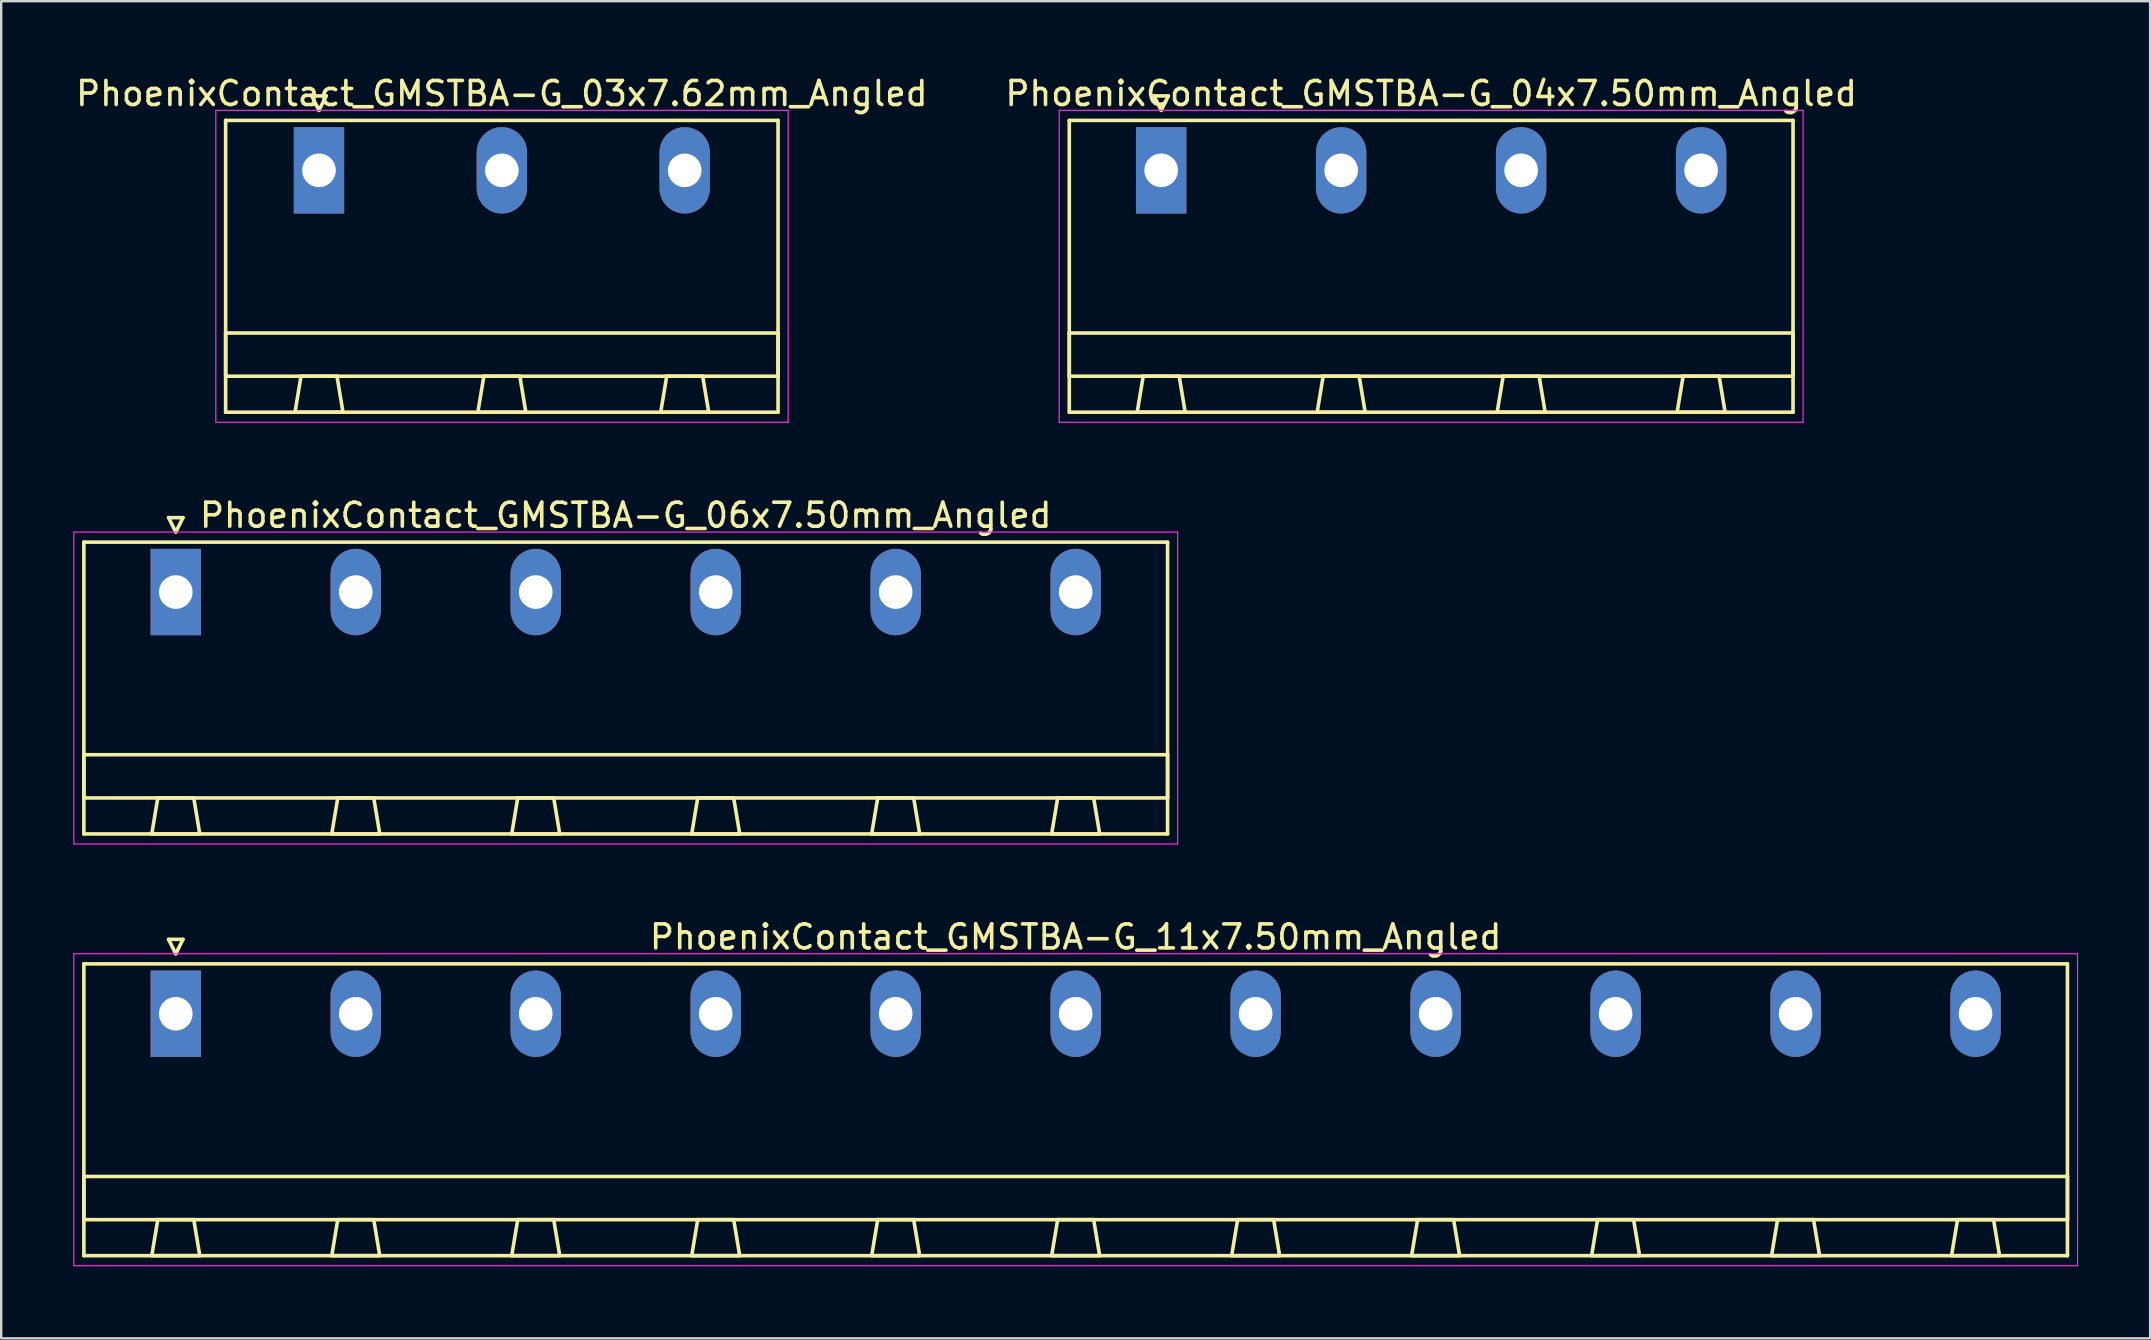
<source format=kicad_pcb>
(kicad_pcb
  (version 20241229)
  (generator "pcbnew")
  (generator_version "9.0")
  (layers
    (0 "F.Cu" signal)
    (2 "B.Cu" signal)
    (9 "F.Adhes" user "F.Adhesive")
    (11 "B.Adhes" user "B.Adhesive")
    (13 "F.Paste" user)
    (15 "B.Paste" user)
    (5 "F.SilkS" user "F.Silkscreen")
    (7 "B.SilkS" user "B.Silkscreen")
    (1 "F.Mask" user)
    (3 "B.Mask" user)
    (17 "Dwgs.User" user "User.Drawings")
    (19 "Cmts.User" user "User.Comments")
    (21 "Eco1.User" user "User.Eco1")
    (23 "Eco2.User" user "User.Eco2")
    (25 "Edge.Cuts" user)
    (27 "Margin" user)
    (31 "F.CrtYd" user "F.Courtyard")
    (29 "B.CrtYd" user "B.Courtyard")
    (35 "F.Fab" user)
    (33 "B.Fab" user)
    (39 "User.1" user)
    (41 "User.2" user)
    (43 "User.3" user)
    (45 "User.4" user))
  (footprint "PhoenixContact_GMSTBA-G_06x7.50mm_Angled"
    (layer "F.Cu")
    (at 4.275 21.622)
    (property "Reference" "PhoenixContact_GMSTBA-G_06x7.50mm_Angled" (at 18.75 -3.2 0) (layer "F.SilkS") (effects (font (size 1 1) (thickness 0.15))))
    (attr through_hole)
    (fp_line (start -3.83 -2.08) (end -3.83 10.08) (stroke (width 0.15) (type solid)) (layer "F.SilkS"))
    (fp_line (start -3.83 6.78) (end 41.33 6.78) (stroke (width 0.15) (type solid)) (layer "F.SilkS"))
    (fp_line (start -3.83 8.58) (end -3.83 6.78) (stroke (width 0.15) (type solid)) (layer "F.SilkS"))
    (fp_line (start -3.83 10.08) (end 41.33 10.08) (stroke (width 0.15) (type solid)) (layer "F.SilkS"))
    (fp_line (start -1 10.08) (end 1 10.08) (stroke (width 0.15) (type solid)) (layer "F.SilkS"))
    (fp_line (start -0.75 8.58) (end -1 10.08) (stroke (width 0.15) (type solid)) (layer "F.SilkS"))
    (fp_line (start -0.3 -3.1) (end 0 -2.5) (stroke (width 0.15) (type solid)) (layer "F.SilkS"))
    (fp_line (start 0 -2.5) (end 0.3 -3.1) (stroke (width 0.15) (type solid)) (layer "F.SilkS"))
    (fp_line (start 0.3 -3.1) (end -0.3 -3.1) (stroke (width 0.15) (type solid)) (layer "F.SilkS"))
    (fp_line (start 0.75 8.58) (end -0.75 8.58) (stroke (width 0.15) (type solid)) (layer "F.SilkS"))
    (fp_line (start 1 10.08) (end 0.75 8.58) (stroke (width 0.15) (type solid)) (layer "F.SilkS"))
    (fp_line (start 6.5 10.08) (end 8.5 10.08) (stroke (width 0.15) (type solid)) (layer "F.SilkS"))
    (fp_line (start 6.75 8.58) (end 6.5 10.08) (stroke (width 0.15) (type solid)) (layer "F.SilkS"))
    (fp_line (start 8.25 8.58) (end 6.75 8.58) (stroke (width 0.15) (type solid)) (layer "F.SilkS"))
    (fp_line (start 8.5 10.08) (end 8.25 8.58) (stroke (width 0.15) (type solid)) (layer "F.SilkS"))
    (fp_line (start 14 10.08) (end 16 10.08) (stroke (width 0.15) (type solid)) (layer "F.SilkS"))
    (fp_line (start 14.25 8.58) (end 14 10.08) (stroke (width 0.15) (type solid)) (layer "F.SilkS"))
    (fp_line (start 15.75 8.58) (end 14.25 8.58) (stroke (width 0.15) (type solid)) (layer "F.SilkS"))
    (fp_line (start 16 10.08) (end 15.75 8.58) (stroke (width 0.15) (type solid)) (layer "F.SilkS"))
    (fp_line (start 21.5 10.08) (end 23.5 10.08) (stroke (width 0.15) (type solid)) (layer "F.SilkS"))
    (fp_line (start 21.75 8.58) (end 21.5 10.08) (stroke (width 0.15) (type solid)) (layer "F.SilkS"))
    (fp_line (start 23.25 8.58) (end 21.75 8.58) (stroke (width 0.15) (type solid)) (layer "F.SilkS"))
    (fp_line (start 23.5 10.08) (end 23.25 8.58) (stroke (width 0.15) (type solid)) (layer "F.SilkS"))
    (fp_line (start 29 10.08) (end 31 10.08) (stroke (width 0.15) (type solid)) (layer "F.SilkS"))
    (fp_line (start 29.25 8.58) (end 29 10.08) (stroke (width 0.15) (type solid)) (layer "F.SilkS"))
    (fp_line (start 30.75 8.58) (end 29.25 8.58) (stroke (width 0.15) (type solid)) (layer "F.SilkS"))
    (fp_line (start 31 10.08) (end 30.75 8.58) (stroke (width 0.15) (type solid)) (layer "F.SilkS"))
    (fp_line (start 36.5 10.08) (end 38.5 10.08) (stroke (width 0.15) (type solid)) (layer "F.SilkS"))
    (fp_line (start 36.75 8.58) (end 36.5 10.08) (stroke (width 0.15) (type solid)) (layer "F.SilkS"))
    (fp_line (start 38.25 8.58) (end 36.75 8.58) (stroke (width 0.15) (type solid)) (layer "F.SilkS"))
    (fp_line (start 38.5 10.08) (end 38.25 8.58) (stroke (width 0.15) (type solid)) (layer "F.SilkS"))
    (fp_line (start 41.33 -2.08) (end -3.83 -2.08) (stroke (width 0.15) (type solid)) (layer "F.SilkS"))
    (fp_line (start 41.33 6.78) (end 41.33 8.58) (stroke (width 0.15) (type solid)) (layer "F.SilkS"))
    (fp_line (start 41.33 8.58) (end -3.83 8.58) (stroke (width 0.15) (type solid)) (layer "F.SilkS"))
    (fp_line (start 41.33 10.08) (end 41.33 -2.08) (stroke (width 0.15) (type solid)) (layer "F.SilkS"))
    (fp_line (start -4.25 -2.5) (end -4.25 10.5) (stroke (width 0.05) (type solid)) (layer "F.CrtYd"))
    (fp_line (start -4.25 10.5) (end 41.75 10.5) (stroke (width 0.05) (type solid)) (layer "F.CrtYd"))
    (fp_line (start 41.75 -2.5) (end -4.25 -2.5) (stroke (width 0.05) (type solid)) (layer "F.CrtYd"))
    (fp_line (start 41.75 10.5) (end 41.75 -2.5) (stroke (width 0.05) (type solid)) (layer "F.CrtYd"))
    (pad "1" thru_hole rect (at 0 0) (size 2.1 3.6) (drill 1.4) (layers "*.Cu" "*.Mask"))
    (pad "2" thru_hole oval (at 7.5 0) (size 2.1 3.6) (drill 1.4) (layers "*.Cu" "*.Mask"))
    (pad "3" thru_hole oval (at 15 0) (size 2.1 3.6) (drill 1.4) (layers "*.Cu" "*.Mask"))
    (pad "4" thru_hole oval (at 22.5 0) (size 2.1 3.6) (drill 1.4) (layers "*.Cu" "*.Mask"))
    (pad "5" thru_hole oval (at 30 0) (size 2.1 3.6) (drill 1.4) (layers "*.Cu" "*.Mask"))
    (pad "6" thru_hole oval (at 37.5 0) (size 2.1 3.6) (drill 1.4) (layers "*.Cu" "*.Mask")))
  (footprint "PhoenixContact_GMSTBA-G_04x7.50mm_Angled"
    (layer "F.Cu")
    (at 45.339 4.048)
    (property "Reference" "PhoenixContact_GMSTBA-G_04x7.50mm_Angled" (at 11.25 -3.2 0) (layer "F.SilkS") (effects (font (size 1 1) (thickness 0.15))))
    (attr through_hole)
    (fp_line (start -3.83 -2.08) (end -3.83 10.08) (stroke (width 0.15) (type solid)) (layer "F.SilkS"))
    (fp_line (start -3.83 6.78) (end 26.33 6.78) (stroke (width 0.15) (type solid)) (layer "F.SilkS"))
    (fp_line (start -3.83 8.58) (end -3.83 6.78) (stroke (width 0.15) (type solid)) (layer "F.SilkS"))
    (fp_line (start -3.83 10.08) (end 26.33 10.08) (stroke (width 0.15) (type solid)) (layer "F.SilkS"))
    (fp_line (start -1 10.08) (end 1 10.08) (stroke (width 0.15) (type solid)) (layer "F.SilkS"))
    (fp_line (start -0.75 8.58) (end -1 10.08) (stroke (width 0.15) (type solid)) (layer "F.SilkS"))
    (fp_line (start -0.3 -3.1) (end 0 -2.5) (stroke (width 0.15) (type solid)) (layer "F.SilkS"))
    (fp_line (start 0 -2.5) (end 0.3 -3.1) (stroke (width 0.15) (type solid)) (layer "F.SilkS"))
    (fp_line (start 0.3 -3.1) (end -0.3 -3.1) (stroke (width 0.15) (type solid)) (layer "F.SilkS"))
    (fp_line (start 0.75 8.58) (end -0.75 8.58) (stroke (width 0.15) (type solid)) (layer "F.SilkS"))
    (fp_line (start 1 10.08) (end 0.75 8.58) (stroke (width 0.15) (type solid)) (layer "F.SilkS"))
    (fp_line (start 6.5 10.08) (end 8.5 10.08) (stroke (width 0.15) (type solid)) (layer "F.SilkS"))
    (fp_line (start 6.75 8.58) (end 6.5 10.08) (stroke (width 0.15) (type solid)) (layer "F.SilkS"))
    (fp_line (start 8.25 8.58) (end 6.75 8.58) (stroke (width 0.15) (type solid)) (layer "F.SilkS"))
    (fp_line (start 8.5 10.08) (end 8.25 8.58) (stroke (width 0.15) (type solid)) (layer "F.SilkS"))
    (fp_line (start 14 10.08) (end 16 10.08) (stroke (width 0.15) (type solid)) (layer "F.SilkS"))
    (fp_line (start 14.25 8.58) (end 14 10.08) (stroke (width 0.15) (type solid)) (layer "F.SilkS"))
    (fp_line (start 15.75 8.58) (end 14.25 8.58) (stroke (width 0.15) (type solid)) (layer "F.SilkS"))
    (fp_line (start 16 10.08) (end 15.75 8.58) (stroke (width 0.15) (type solid)) (layer "F.SilkS"))
    (fp_line (start 21.5 10.08) (end 23.5 10.08) (stroke (width 0.15) (type solid)) (layer "F.SilkS"))
    (fp_line (start 21.75 8.58) (end 21.5 10.08) (stroke (width 0.15) (type solid)) (layer "F.SilkS"))
    (fp_line (start 23.25 8.58) (end 21.75 8.58) (stroke (width 0.15) (type solid)) (layer "F.SilkS"))
    (fp_line (start 23.5 10.08) (end 23.25 8.58) (stroke (width 0.15) (type solid)) (layer "F.SilkS"))
    (fp_line (start 26.33 -2.08) (end -3.83 -2.08) (stroke (width 0.15) (type solid)) (layer "F.SilkS"))
    (fp_line (start 26.33 6.78) (end 26.33 8.58) (stroke (width 0.15) (type solid)) (layer "F.SilkS"))
    (fp_line (start 26.33 8.58) (end -3.83 8.58) (stroke (width 0.15) (type solid)) (layer "F.SilkS"))
    (fp_line (start 26.33 10.08) (end 26.33 -2.08) (stroke (width 0.15) (type solid)) (layer "F.SilkS"))
    (fp_line (start -4.25 -2.5) (end -4.25 10.5) (stroke (width 0.05) (type solid)) (layer "F.CrtYd"))
    (fp_line (start -4.25 10.5) (end 26.75 10.5) (stroke (width 0.05) (type solid)) (layer "F.CrtYd"))
    (fp_line (start 26.75 -2.5) (end -4.25 -2.5) (stroke (width 0.05) (type solid)) (layer "F.CrtYd"))
    (fp_line (start 26.75 10.5) (end 26.75 -2.5) (stroke (width 0.05) (type solid)) (layer "F.CrtYd"))
    (pad "1" thru_hole rect (at 0 0) (size 2.1 3.6) (drill 1.4) (layers "*.Cu" "*.Mask"))
    (pad "2" thru_hole oval (at 7.5 0) (size 2.1 3.6) (drill 1.4) (layers "*.Cu" "*.Mask"))
    (pad "3" thru_hole oval (at 15 0) (size 2.1 3.6) (drill 1.4) (layers "*.Cu" "*.Mask"))
    (pad "4" thru_hole oval (at 22.5 0) (size 2.1 3.6) (drill 1.4) (layers "*.Cu" "*.Mask")))
  (footprint "PhoenixContact_GMSTBA-G_11x7.50mm_Angled"
    (layer "F.Cu")
    (at 4.275 39.195)
    (property "Reference" "PhoenixContact_GMSTBA-G_11x7.50mm_Angled" (at 37.5 -3.2 0) (layer "F.SilkS") (effects (font (size 1 1) (thickness 0.15))))
    (attr through_hole)
    (fp_line (start -3.83 -2.08) (end -3.83 10.08) (stroke (width 0.15) (type solid)) (layer "F.SilkS"))
    (fp_line (start -3.83 6.78) (end 78.83 6.78) (stroke (width 0.15) (type solid)) (layer "F.SilkS"))
    (fp_line (start -3.83 8.58) (end -3.83 6.78) (stroke (width 0.15) (type solid)) (layer "F.SilkS"))
    (fp_line (start -3.83 10.08) (end 78.83 10.08) (stroke (width 0.15) (type solid)) (layer "F.SilkS"))
    (fp_line (start -1 10.08) (end 1 10.08) (stroke (width 0.15) (type solid)) (layer "F.SilkS"))
    (fp_line (start -0.75 8.58) (end -1 10.08) (stroke (width 0.15) (type solid)) (layer "F.SilkS"))
    (fp_line (start -0.3 -3.1) (end 0 -2.5) (stroke (width 0.15) (type solid)) (layer "F.SilkS"))
    (fp_line (start 0 -2.5) (end 0.3 -3.1) (stroke (width 0.15) (type solid)) (layer "F.SilkS"))
    (fp_line (start 0.3 -3.1) (end -0.3 -3.1) (stroke (width 0.15) (type solid)) (layer "F.SilkS"))
    (fp_line (start 0.75 8.58) (end -0.75 8.58) (stroke (width 0.15) (type solid)) (layer "F.SilkS"))
    (fp_line (start 1 10.08) (end 0.75 8.58) (stroke (width 0.15) (type solid)) (layer "F.SilkS"))
    (fp_line (start 6.5 10.08) (end 8.5 10.08) (stroke (width 0.15) (type solid)) (layer "F.SilkS"))
    (fp_line (start 6.75 8.58) (end 6.5 10.08) (stroke (width 0.15) (type solid)) (layer "F.SilkS"))
    (fp_line (start 8.25 8.58) (end 6.75 8.58) (stroke (width 0.15) (type solid)) (layer "F.SilkS"))
    (fp_line (start 8.5 10.08) (end 8.25 8.58) (stroke (width 0.15) (type solid)) (layer "F.SilkS"))
    (fp_line (start 14 10.08) (end 16 10.08) (stroke (width 0.15) (type solid)) (layer "F.SilkS"))
    (fp_line (start 14.25 8.58) (end 14 10.08) (stroke (width 0.15) (type solid)) (layer "F.SilkS"))
    (fp_line (start 15.75 8.58) (end 14.25 8.58) (stroke (width 0.15) (type solid)) (layer "F.SilkS"))
    (fp_line (start 16 10.08) (end 15.75 8.58) (stroke (width 0.15) (type solid)) (layer "F.SilkS"))
    (fp_line (start 21.5 10.08) (end 23.5 10.08) (stroke (width 0.15) (type solid)) (layer "F.SilkS"))
    (fp_line (start 21.75 8.58) (end 21.5 10.08) (stroke (width 0.15) (type solid)) (layer "F.SilkS"))
    (fp_line (start 23.25 8.58) (end 21.75 8.58) (stroke (width 0.15) (type solid)) (layer "F.SilkS"))
    (fp_line (start 23.5 10.08) (end 23.25 8.58) (stroke (width 0.15) (type solid)) (layer "F.SilkS"))
    (fp_line (start 29 10.08) (end 31 10.08) (stroke (width 0.15) (type solid)) (layer "F.SilkS"))
    (fp_line (start 29.25 8.58) (end 29 10.08) (stroke (width 0.15) (type solid)) (layer "F.SilkS"))
    (fp_line (start 30.75 8.58) (end 29.25 8.58) (stroke (width 0.15) (type solid)) (layer "F.SilkS"))
    (fp_line (start 31 10.08) (end 30.75 8.58) (stroke (width 0.15) (type solid)) (layer "F.SilkS"))
    (fp_line (start 36.5 10.08) (end 38.5 10.08) (stroke (width 0.15) (type solid)) (layer "F.SilkS"))
    (fp_line (start 36.75 8.58) (end 36.5 10.08) (stroke (width 0.15) (type solid)) (layer "F.SilkS"))
    (fp_line (start 38.25 8.58) (end 36.75 8.58) (stroke (width 0.15) (type solid)) (layer "F.SilkS"))
    (fp_line (start 38.5 10.08) (end 38.25 8.58) (stroke (width 0.15) (type solid)) (layer "F.SilkS"))
    (fp_line (start 44 10.08) (end 46 10.08) (stroke (width 0.15) (type solid)) (layer "F.SilkS"))
    (fp_line (start 44.25 8.58) (end 44 10.08) (stroke (width 0.15) (type solid)) (layer "F.SilkS"))
    (fp_line (start 45.75 8.58) (end 44.25 8.58) (stroke (width 0.15) (type solid)) (layer "F.SilkS"))
    (fp_line (start 46 10.08) (end 45.75 8.58) (stroke (width 0.15) (type solid)) (layer "F.SilkS"))
    (fp_line (start 51.5 10.08) (end 53.5 10.08) (stroke (width 0.15) (type solid)) (layer "F.SilkS"))
    (fp_line (start 51.75 8.58) (end 51.5 10.08) (stroke (width 0.15) (type solid)) (layer "F.SilkS"))
    (fp_line (start 53.25 8.58) (end 51.75 8.58) (stroke (width 0.15) (type solid)) (layer "F.SilkS"))
    (fp_line (start 53.5 10.08) (end 53.25 8.58) (stroke (width 0.15) (type solid)) (layer "F.SilkS"))
    (fp_line (start 59 10.08) (end 61 10.08) (stroke (width 0.15) (type solid)) (layer "F.SilkS"))
    (fp_line (start 59.25 8.58) (end 59 10.08) (stroke (width 0.15) (type solid)) (layer "F.SilkS"))
    (fp_line (start 60.75 8.58) (end 59.25 8.58) (stroke (width 0.15) (type solid)) (layer "F.SilkS"))
    (fp_line (start 61 10.08) (end 60.75 8.58) (stroke (width 0.15) (type solid)) (layer "F.SilkS"))
    (fp_line (start 66.5 10.08) (end 68.5 10.08) (stroke (width 0.15) (type solid)) (layer "F.SilkS"))
    (fp_line (start 66.75 8.58) (end 66.5 10.08) (stroke (width 0.15) (type solid)) (layer "F.SilkS"))
    (fp_line (start 68.25 8.58) (end 66.75 8.58) (stroke (width 0.15) (type solid)) (layer "F.SilkS"))
    (fp_line (start 68.5 10.08) (end 68.25 8.58) (stroke (width 0.15) (type solid)) (layer "F.SilkS"))
    (fp_line (start 74 10.08) (end 76 10.08) (stroke (width 0.15) (type solid)) (layer "F.SilkS"))
    (fp_line (start 74.25 8.58) (end 74 10.08) (stroke (width 0.15) (type solid)) (layer "F.SilkS"))
    (fp_line (start 75.75 8.58) (end 74.25 8.58) (stroke (width 0.15) (type solid)) (layer "F.SilkS"))
    (fp_line (start 76 10.08) (end 75.75 8.58) (stroke (width 0.15) (type solid)) (layer "F.SilkS"))
    (fp_line (start 78.83 -2.08) (end -3.83 -2.08) (stroke (width 0.15) (type solid)) (layer "F.SilkS"))
    (fp_line (start 78.83 6.78) (end 78.83 8.58) (stroke (width 0.15) (type solid)) (layer "F.SilkS"))
    (fp_line (start 78.83 8.58) (end -3.83 8.58) (stroke (width 0.15) (type solid)) (layer "F.SilkS"))
    (fp_line (start 78.83 10.08) (end 78.83 -2.08) (stroke (width 0.15) (type solid)) (layer "F.SilkS"))
    (fp_line (start -4.25 -2.5) (end -4.25 10.5) (stroke (width 0.05) (type solid)) (layer "F.CrtYd"))
    (fp_line (start -4.25 10.5) (end 79.25 10.5) (stroke (width 0.05) (type solid)) (layer "F.CrtYd"))
    (fp_line (start 79.25 -2.5) (end -4.25 -2.5) (stroke (width 0.05) (type solid)) (layer "F.CrtYd"))
    (fp_line (start 79.25 10.5) (end 79.25 -2.5) (stroke (width 0.05) (type solid)) (layer "F.CrtYd"))
    (pad "1" thru_hole rect (at 0 0) (size 2.1 3.6) (drill 1.4) (layers "*.Cu" "*.Mask"))
    (pad "2" thru_hole oval (at 7.5 0) (size 2.1 3.6) (drill 1.4) (layers "*.Cu" "*.Mask"))
    (pad "3" thru_hole oval (at 15 0) (size 2.1 3.6) (drill 1.4) (layers "*.Cu" "*.Mask"))
    (pad "4" thru_hole oval (at 22.5 0) (size 2.1 3.6) (drill 1.4) (layers "*.Cu" "*.Mask"))
    (pad "5" thru_hole oval (at 30 0) (size 2.1 3.6) (drill 1.4) (layers "*.Cu" "*.Mask"))
    (pad "6" thru_hole oval (at 37.5 0) (size 2.1 3.6) (drill 1.4) (layers "*.Cu" "*.Mask"))
    (pad "7" thru_hole oval (at 45 0) (size 2.1 3.6) (drill 1.4) (layers "*.Cu" "*.Mask"))
    (pad "8" thru_hole oval (at 52.5 0) (size 2.1 3.6) (drill 1.4) (layers "*.Cu" "*.Mask"))
    (pad "9" thru_hole oval (at 60 0) (size 2.1 3.6) (drill 1.4) (layers "*.Cu" "*.Mask"))
    (pad "10" thru_hole oval (at 67.5 0) (size 2.1 3.6) (drill 1.4) (layers "*.Cu" "*.Mask"))
    (pad "11" thru_hole oval (at 75 0) (size 2.1 3.6) (drill 1.4) (layers "*.Cu" "*.Mask")))
  (footprint "PhoenixContact_GMSTBA-G_03x7.62mm_Angled"
    (layer "F.Cu")
    (at 10.243 4.048)
    (property "Reference" "PhoenixContact_GMSTBA-G_03x7.62mm_Angled" (at 7.62 -3.2 0) (layer "F.SilkS") (effects (font (size 1 1) (thickness 0.15))))
    (attr through_hole)
    (fp_line (start -3.89 -2.08) (end -3.89 10.08) (stroke (width 0.15) (type solid)) (layer "F.SilkS"))
    (fp_line (start -3.89 6.78) (end 19.13 6.78) (stroke (width 0.15) (type solid)) (layer "F.SilkS"))
    (fp_line (start -3.89 8.58) (end -3.89 6.78) (stroke (width 0.15) (type solid)) (layer "F.SilkS"))
    (fp_line (start -3.89 10.08) (end 19.13 10.08) (stroke (width 0.15) (type solid)) (layer "F.SilkS"))
    (fp_line (start -1 10.08) (end 1 10.08) (stroke (width 0.15) (type solid)) (layer "F.SilkS"))
    (fp_line (start -0.75 8.58) (end -1 10.08) (stroke (width 0.15) (type solid)) (layer "F.SilkS"))
    (fp_line (start -0.3 -3.1) (end 0 -2.5) (stroke (width 0.15) (type solid)) (layer "F.SilkS"))
    (fp_line (start 0 -2.5) (end 0.3 -3.1) (stroke (width 0.15) (type solid)) (layer "F.SilkS"))
    (fp_line (start 0.3 -3.1) (end -0.3 -3.1) (stroke (width 0.15) (type solid)) (layer "F.SilkS"))
    (fp_line (start 0.75 8.58) (end -0.75 8.58) (stroke (width 0.15) (type solid)) (layer "F.SilkS"))
    (fp_line (start 1 10.08) (end 0.75 8.58) (stroke (width 0.15) (type solid)) (layer "F.SilkS"))
    (fp_line (start 6.62 10.08) (end 8.62 10.08) (stroke (width 0.15) (type solid)) (layer "F.SilkS"))
    (fp_line (start 6.87 8.58) (end 6.62 10.08) (stroke (width 0.15) (type solid)) (layer "F.SilkS"))
    (fp_line (start 8.37 8.58) (end 6.87 8.58) (stroke (width 0.15) (type solid)) (layer "F.SilkS"))
    (fp_line (start 8.62 10.08) (end 8.37 8.58) (stroke (width 0.15) (type solid)) (layer "F.SilkS"))
    (fp_line (start 14.24 10.08) (end 16.24 10.08) (stroke (width 0.15) (type solid)) (layer "F.SilkS"))
    (fp_line (start 14.49 8.58) (end 14.24 10.08) (stroke (width 0.15) (type solid)) (layer "F.SilkS"))
    (fp_line (start 15.99 8.58) (end 14.49 8.58) (stroke (width 0.15) (type solid)) (layer "F.SilkS"))
    (fp_line (start 16.24 10.08) (end 15.99 8.58) (stroke (width 0.15) (type solid)) (layer "F.SilkS"))
    (fp_line (start 19.13 -2.08) (end -3.89 -2.08) (stroke (width 0.15) (type solid)) (layer "F.SilkS"))
    (fp_line (start 19.13 6.78) (end 19.13 8.58) (stroke (width 0.15) (type solid)) (layer "F.SilkS"))
    (fp_line (start 19.13 8.58) (end -3.89 8.58) (stroke (width 0.15) (type solid)) (layer "F.SilkS"))
    (fp_line (start 19.13 10.08) (end 19.13 -2.08) (stroke (width 0.15) (type solid)) (layer "F.SilkS"))
    (fp_line (start -4.3 -2.5) (end -4.3 10.5) (stroke (width 0.05) (type solid)) (layer "F.CrtYd"))
    (fp_line (start -4.3 10.5) (end 19.55 10.5) (stroke (width 0.05) (type solid)) (layer "F.CrtYd"))
    (fp_line (start 19.55 -2.5) (end -4.3 -2.5) (stroke (width 0.05) (type solid)) (layer "F.CrtYd"))
    (fp_line (start 19.55 10.5) (end 19.55 -2.5) (stroke (width 0.05) (type solid)) (layer "F.CrtYd"))
    (pad "1" thru_hole rect (at 0 0) (size 2.1 3.6) (drill 1.4) (layers "*.Cu" "*.Mask"))
    (pad "2" thru_hole oval (at 7.62 0) (size 2.1 3.6) (drill 1.4) (layers "*.Cu" "*.Mask"))
    (pad "3" thru_hole oval (at 15.24 0) (size 2.1 3.6) (drill 1.4) (layers "*.Cu" "*.Mask")))
  (gr_rect
    (start -3 -3)
    (end 86.55 52.72)
    (stroke (width 0.1) (type default))
    (fill no)
    (layer "Edge.Cuts")))
</source>
